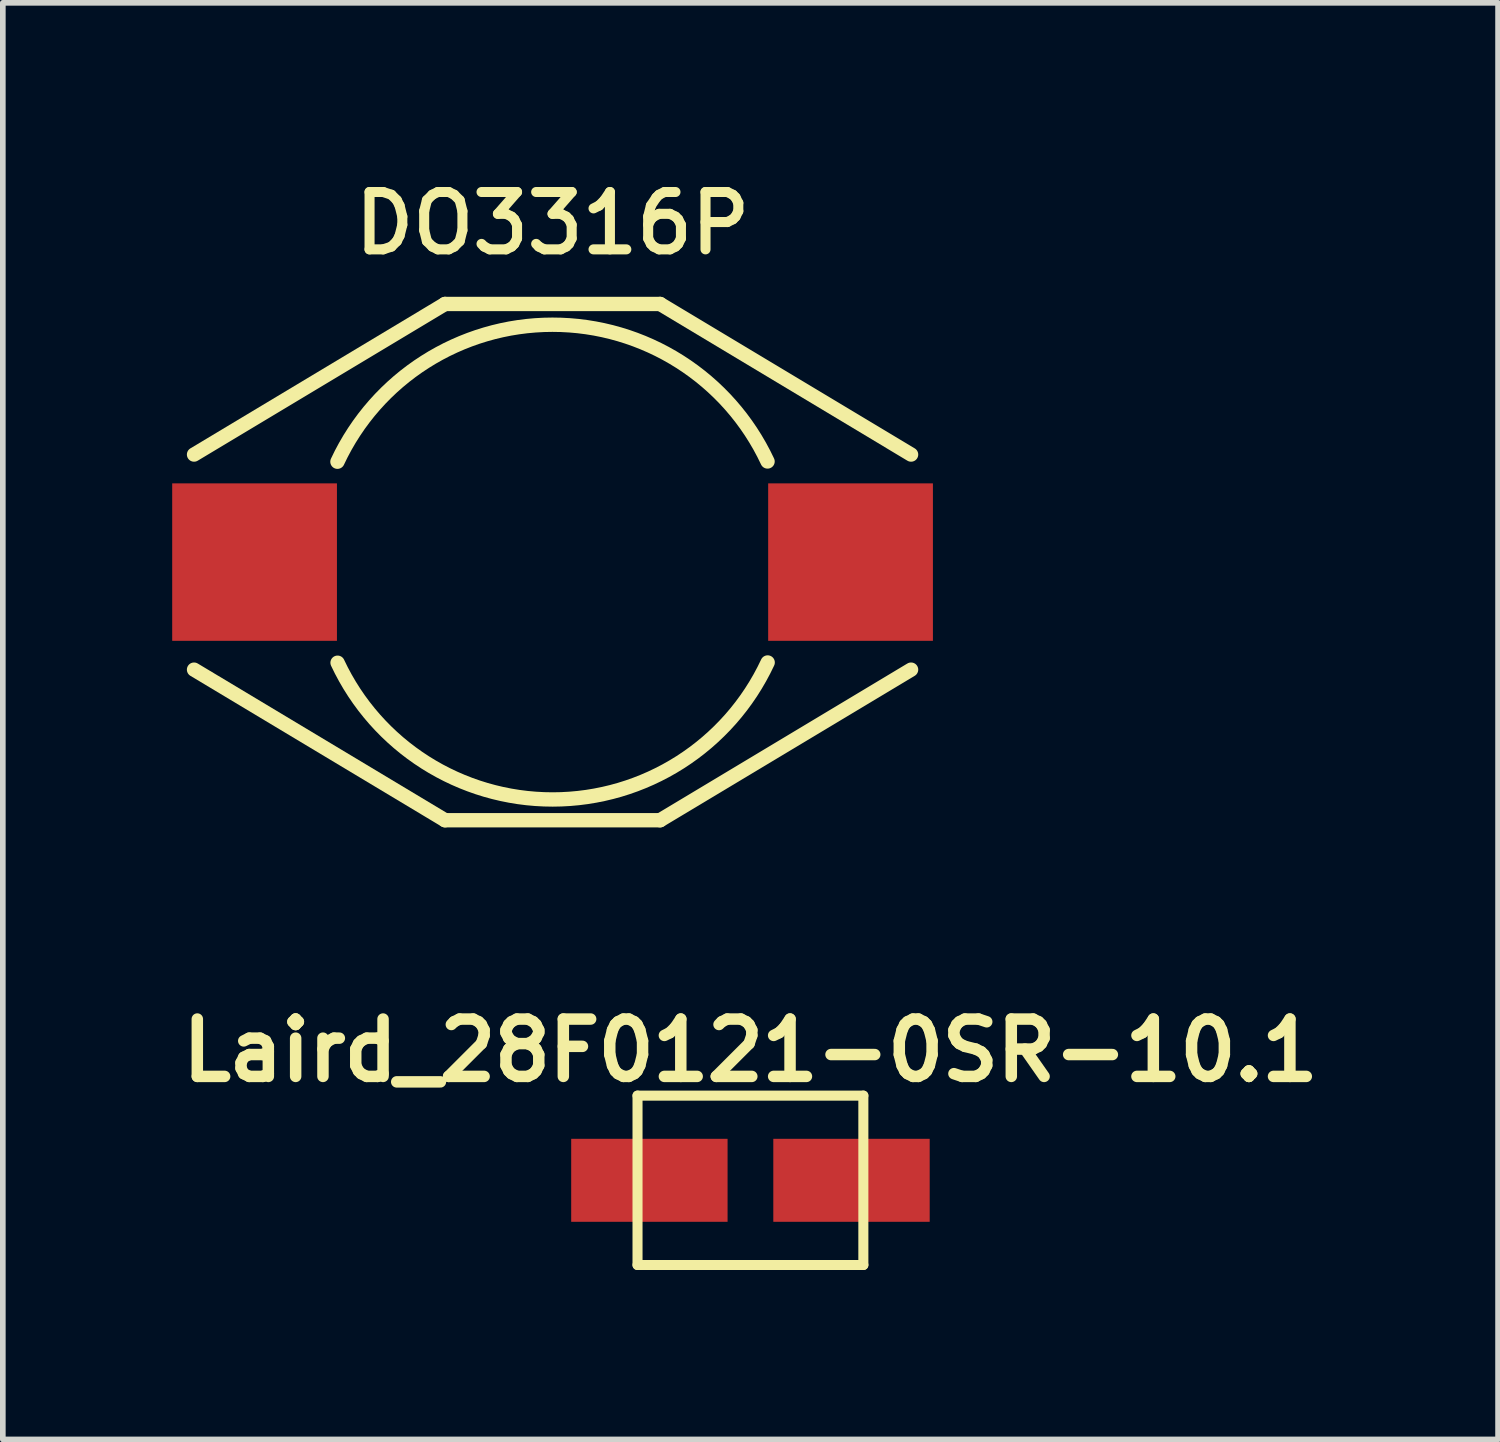
<source format=kicad_pcb>
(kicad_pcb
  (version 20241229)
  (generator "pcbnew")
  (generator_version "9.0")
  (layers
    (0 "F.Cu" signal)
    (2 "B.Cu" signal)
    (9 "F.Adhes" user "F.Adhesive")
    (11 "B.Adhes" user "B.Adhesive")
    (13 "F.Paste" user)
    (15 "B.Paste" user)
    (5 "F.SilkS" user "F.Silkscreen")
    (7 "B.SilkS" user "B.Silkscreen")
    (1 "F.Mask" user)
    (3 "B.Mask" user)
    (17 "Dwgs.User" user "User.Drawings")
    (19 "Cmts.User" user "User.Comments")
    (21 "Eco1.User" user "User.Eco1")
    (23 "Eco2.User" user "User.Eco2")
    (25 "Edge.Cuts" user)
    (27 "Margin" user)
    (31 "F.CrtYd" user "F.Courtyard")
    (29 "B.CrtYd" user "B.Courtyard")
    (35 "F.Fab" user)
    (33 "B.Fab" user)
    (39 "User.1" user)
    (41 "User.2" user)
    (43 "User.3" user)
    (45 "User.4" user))
  (footprint "DO3316P"
    (layer "F.Cu")
    (at 6.737 6.906)
    (property "Reference" "DO3316P" (at 0 -6 0) (layer "F.SilkS") (effects (font (size 1.016 1.016) (thickness 0.178))))
    (attr smd)
    (fp_line (start -6.35 -1.905) (end -1.905 -4.572) (stroke (width 0.254) (type solid)) (layer "F.SilkS"))
    (fp_line (start -6.35 1.905) (end -1.905 4.572) (stroke (width 0.254) (type solid)) (layer "F.SilkS"))
    (fp_line (start -1.905 -4.572) (end 1.905 -4.572) (stroke (width 0.254) (type solid)) (layer "F.SilkS"))
    (fp_line (start -1.905 4.572) (end 1.905 4.572) (stroke (width 0.254) (type solid)) (layer "F.SilkS"))
    (fp_line (start 6.35 -1.905) (end 1.905 -4.572) (stroke (width 0.254) (type solid)) (layer "F.SilkS"))
    (fp_line (start 6.35 1.905) (end 1.905 4.572) (stroke (width 0.254) (type solid)) (layer "F.SilkS"))
    (fp_arc (start -3.81 -1.778) (mid -0.002429 -4.204447) (end 3.807943 -1.782402) (stroke (width 0.254) (type solid)) (layer "F.SilkS"))
    (fp_arc (start 3.81 1.778) (mid 0.002429 4.204447) (end -3.807943 1.782402) (stroke (width 0.254) (type solid)) (layer "F.SilkS"))
    (pad "1" smd rect (at -5.278 0) (size 2.918 2.789) (layers "F.Cu" "F.Mask" "F.Paste"))
    (pad "2" smd rect (at 5.278 0) (size 2.918 2.789) (layers "F.Cu" "F.Mask" "F.Paste")))
  (footprint "Laird_28F0121-0SR-10.1"
    (layer "F.Cu")
    (at 10.242 17.856)
    (property "Reference" "Laird_28F0121-0SR-10.1" (at 0 -2.3 0) (layer "F.SilkS") (effects (font (size 1.016 1.016) (thickness 0.203))))
    (attr through_hole)
    (fp_line (start -2 -1.5) (end -2 1.5) (stroke (width 0.178) (type solid)) (layer "F.SilkS"))
    (fp_line (start -2 1.5) (end 2 1.5) (stroke (width 0.178) (type solid)) (layer "F.SilkS"))
    (fp_line (start 2 -1.5) (end -2 -1.5) (stroke (width 0.178) (type solid)) (layer "F.SilkS"))
    (fp_line (start 2 1.5) (end 2 -1.5) (stroke (width 0.178) (type solid)) (layer "F.SilkS"))
    (pad "1" smd rect (at -1.79 0) (size 2.77 1.47) (layers "F.Cu" "F.Mask" "F.Paste"))
    (pad "2" smd rect (at 1.79 0) (size 2.77 1.47) (layers "F.Cu" "F.Mask" "F.Paste")))
  (gr_rect
    (start -3 -3)
    (end 23.484 22.445)
    (stroke (width 0.1) (type default))
    (fill no)
    (layer "Edge.Cuts")))
</source>
